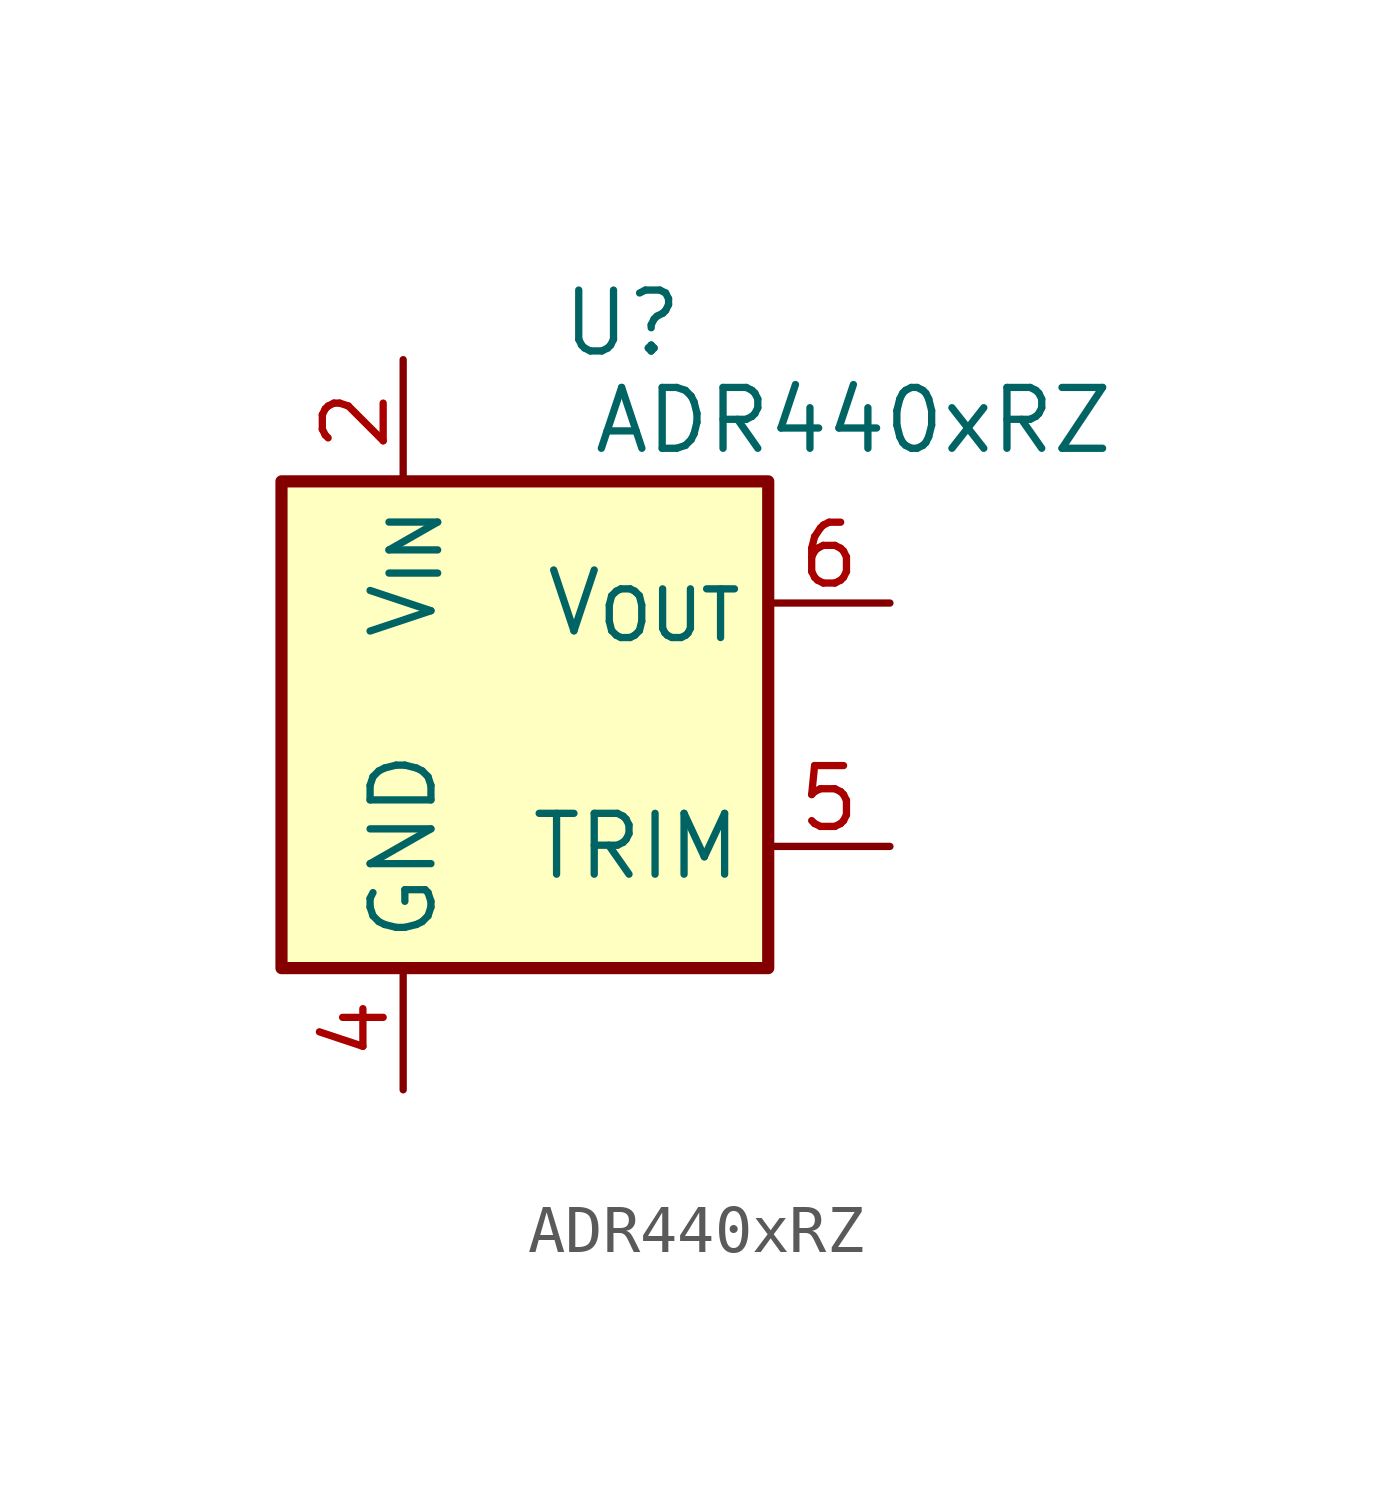
<source format=kicad_sym>
(kicad_symbol_lib
  (version 20231120)
  (generator "kicad_symbol_editor")
  (generator_version "8.0")
  (symbol "ADR440xRZ"
    (property "Reference" "U"
      (at 2.032 8.382 0)
      (effects (font (size 1.27 1.27))))
    (property "Value" "ADR440xRZ"
      (at 6.858 6.35 0)
      (effects (font (size 1.27 1.27))))
    (symbol "ADR440xRZ_0_1"
      (rectangle (start -5.08 5.08) (end 5.08 -5.08) (stroke (width 0.254) (type default)) (fill (type background)))
      (pin power_in line (at -2.54 7.62 270) (length 2.54) (name "V_{IN}" (effects (font (size 1.27 1.27)))) (number "2" (effects (font (size 1.27 1.27)))))
      (pin power_in line (at -2.54 -7.62 90) (length 2.54) (name "GND" (effects (font (size 1.27 1.27)))) (number "4" (effects (font (size 1.27 1.27)))))
      (pin passive line (at 7.62 -2.54 180) (length 2.54) (name "TRIM" (effects (font (size 1.27 1.27)))) (number "5" (effects (font (size 1.27 1.27)))))
      (pin output line (at 7.62 2.54 180) (length 2.54) (name "V_{OUT}" (effects (font (size 1.27 1.27)))) (number "6" (effects (font (size 1.27 1.27))))))
    (symbol "ADR440xRZ_1_1"
      (pin no_connect line (at -5.08 0 0) (length 2.54) hide (name "NC" (effects (font (size 1.27 1.27)))) (number "1" (effects (font (size 1.27 1.27)))))
      (pin no_connect line (at 5.08 0 180) (length 2.54) hide (name "NC" (effects (font (size 1.27 1.27)))) (number "3" (effects (font (size 1.27 1.27)))))
      (pin no_connect line (at -5.08 2.54 0) (length 2.54) hide (name "NC" (effects (font (size 1.27 1.27)))) (number "7" (effects (font (size 1.27 1.27)))))
      (pin no_connect line (at -5.08 -2.54 0) (length 2.54) hide (name "NC" (effects (font (size 1.27 1.27)))) (number "8" (effects (font (size 1.27 1.27))))))))
</source>
